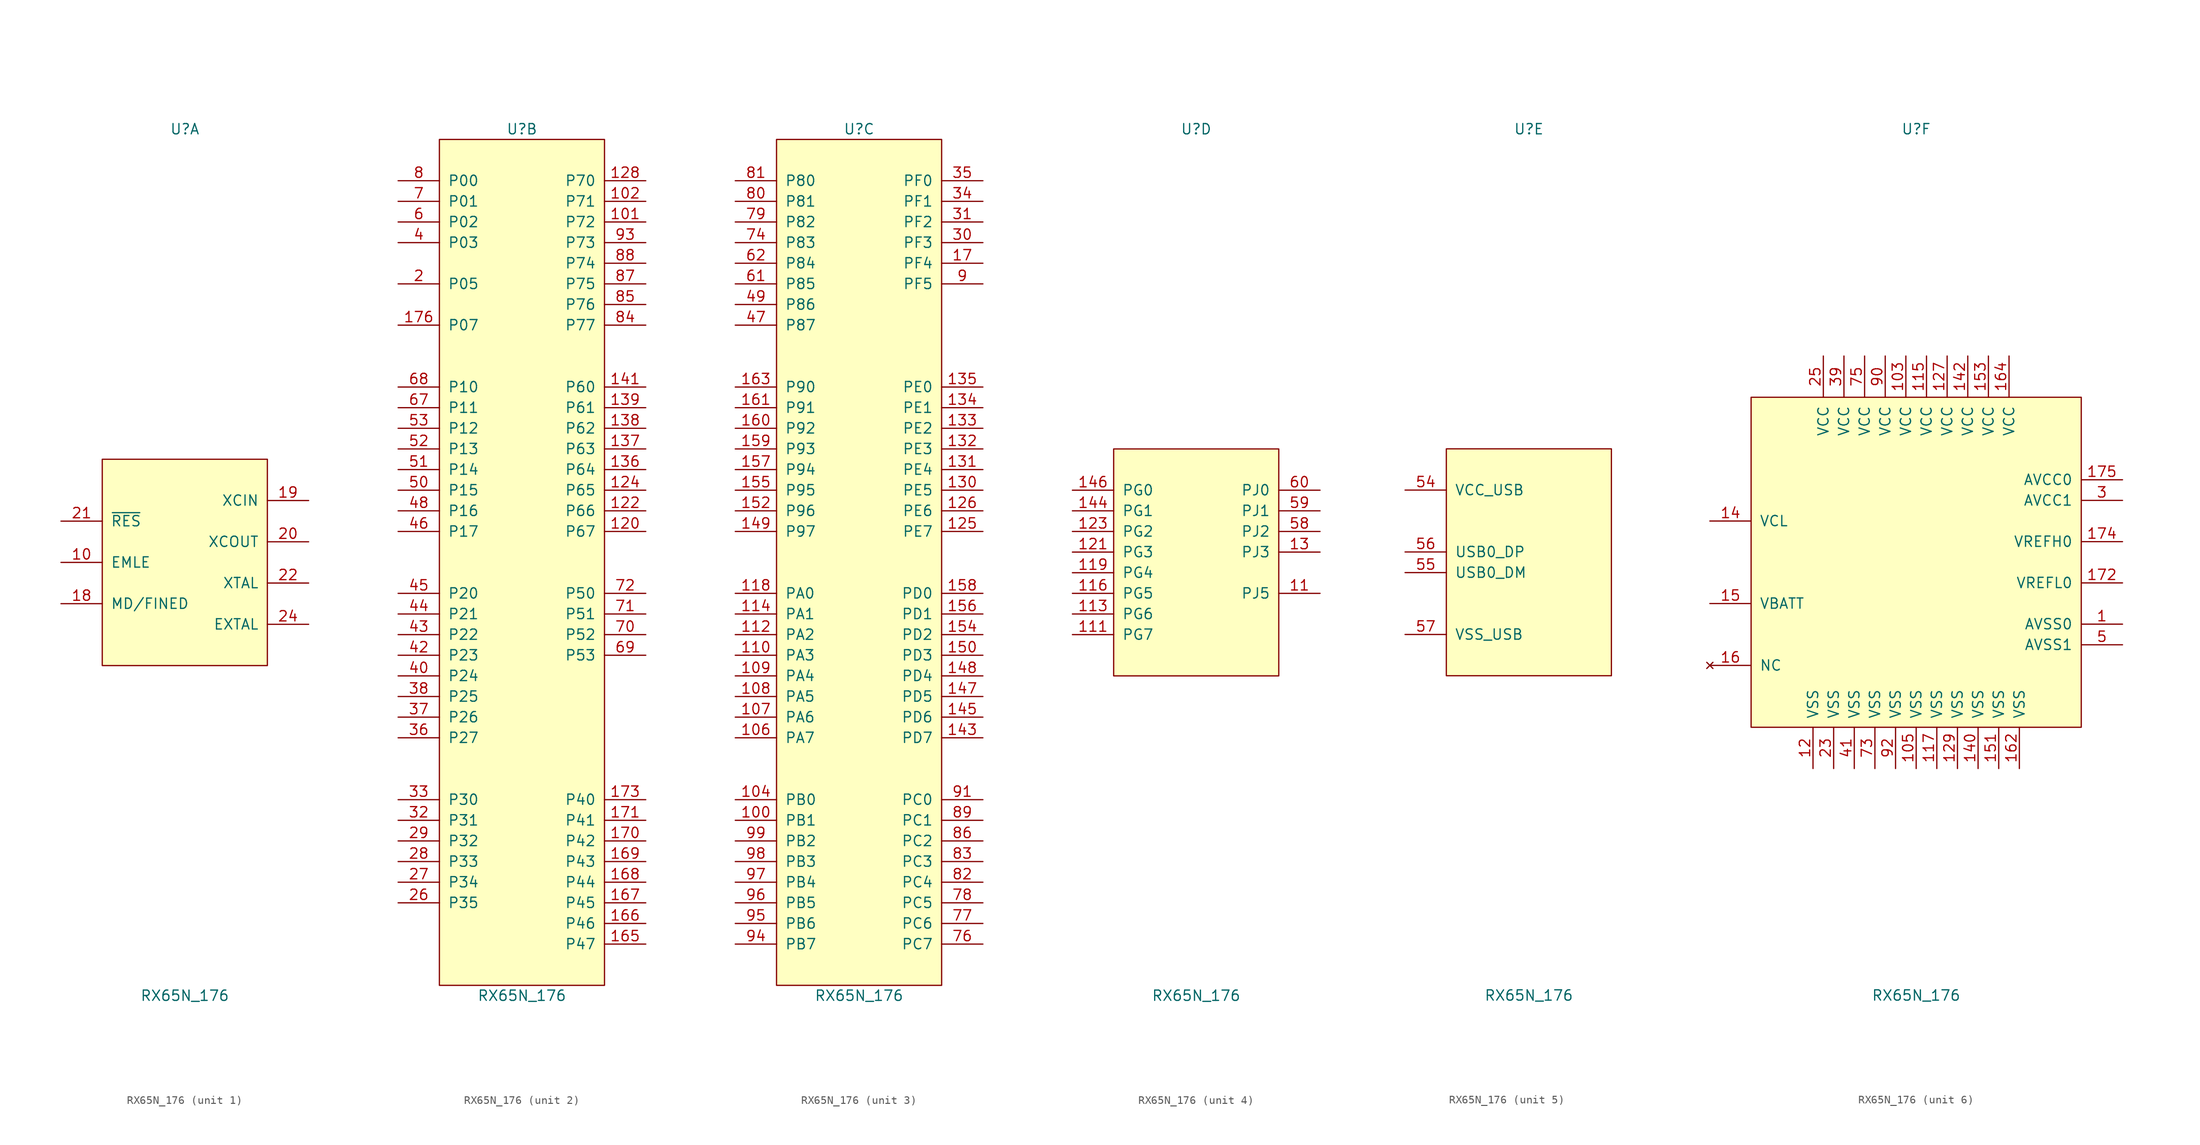
<source format=kicad_sym>
(kicad_symbol_lib
  (version 20211014)
  (generator kicad_symbol_editor)
  (symbol "RX65N_176"
    (pin_names
      (offset 1.016))
    (property "Reference" "U"
      (at 0 53.34 0)
      (effects (font (size 1.27 1.27))))
    (property "Value" "RX65N_176"
      (at 0 -53.34 0)
      (effects (font (size 1.27 1.27))))
    (property "ki_locked" ""
      (at 0 0 0)
      (effects (font (size 1.27 1.27))))
    (symbol "RX65N_176_1_1"
      (rectangle (start -10.16 12.7) (end 10.16 -12.7) (stroke (width 0) (type default) (color 0 0 0 0)) (fill (type background)))
      (pin bidirectional line (at -15.24 0 0) (length 5.08) (name "EMLE" (effects (font (size 1.27 1.27)))) (number "10" (effects (font (size 1.27 1.27)))))
      (pin bidirectional line (at -15.24 -5.08 0) (length 5.08) (name "MD/FINED" (effects (font (size 1.27 1.27)))) (number "18" (effects (font (size 1.27 1.27)))))
      (pin passive line (at 15.24 7.62 180) (length 5.08) (name "XCIN" (effects (font (size 1.27 1.27)))) (number "19" (effects (font (size 1.27 1.27)))))
      (pin passive line (at 15.24 2.54 180) (length 5.08) (name "XCOUT" (effects (font (size 1.27 1.27)))) (number "20" (effects (font (size 1.27 1.27)))))
      (pin input line (at -15.24 5.08 0) (length 5.08) (name "~{RES}" (effects (font (size 1.27 1.27)))) (number "21" (effects (font (size 1.27 1.27)))))
      (pin passive line (at 15.24 -2.54 180) (length 5.08) (name "XTAL" (effects (font (size 1.27 1.27)))) (number "22" (effects (font (size 1.27 1.27)))))
      (pin passive line (at 15.24 -7.62 180) (length 5.08) (name "EXTAL" (effects (font (size 1.27 1.27)))) (number "24" (effects (font (size 1.27 1.27))))))
    (symbol "RX65N_176_2_1"
      (rectangle (start -10.16 52.07) (end 10.16 -52.07) (stroke (width 0) (type default) (color 0 0 0 0)) (fill (type background)))
      (pin bidirectional line (at 15.24 41.91 180) (length 5.08) (name "P72" (effects (font (size 1.27 1.27)))) (number "101" (effects (font (size 1.27 1.27)))))
      (pin bidirectional line (at 15.24 44.45 180) (length 5.08) (name "P71" (effects (font (size 1.27 1.27)))) (number "102" (effects (font (size 1.27 1.27)))))
      (pin bidirectional line (at 15.24 3.81 180) (length 5.08) (name "P67" (effects (font (size 1.27 1.27)))) (number "120" (effects (font (size 1.27 1.27)))))
      (pin bidirectional line (at 15.24 6.35 180) (length 5.08) (name "P66" (effects (font (size 1.27 1.27)))) (number "122" (effects (font (size 1.27 1.27)))))
      (pin bidirectional line (at 15.24 8.89 180) (length 5.08) (name "P65" (effects (font (size 1.27 1.27)))) (number "124" (effects (font (size 1.27 1.27)))))
      (pin bidirectional line (at 15.24 46.99 180) (length 5.08) (name "P70" (effects (font (size 1.27 1.27)))) (number "128" (effects (font (size 1.27 1.27)))))
      (pin bidirectional line (at 15.24 11.43 180) (length 5.08) (name "P64" (effects (font (size 1.27 1.27)))) (number "136" (effects (font (size 1.27 1.27)))))
      (pin bidirectional line (at 15.24 13.97 180) (length 5.08) (name "P63" (effects (font (size 1.27 1.27)))) (number "137" (effects (font (size 1.27 1.27)))))
      (pin bidirectional line (at 15.24 16.51 180) (length 5.08) (name "P62" (effects (font (size 1.27 1.27)))) (number "138" (effects (font (size 1.27 1.27)))))
      (pin bidirectional line (at 15.24 19.05 180) (length 5.08) (name "P61" (effects (font (size 1.27 1.27)))) (number "139" (effects (font (size 1.27 1.27)))))
      (pin bidirectional line (at 15.24 21.59 180) (length 5.08) (name "P60" (effects (font (size 1.27 1.27)))) (number "141" (effects (font (size 1.27 1.27)))))
      (pin bidirectional line (at 15.24 -46.99 180) (length 5.08) (name "P47" (effects (font (size 1.27 1.27)))) (number "165" (effects (font (size 1.27 1.27)))))
      (pin bidirectional line (at 15.24 -44.45 180) (length 5.08) (name "P46" (effects (font (size 1.27 1.27)))) (number "166" (effects (font (size 1.27 1.27)))))
      (pin bidirectional line (at 15.24 -41.91 180) (length 5.08) (name "P45" (effects (font (size 1.27 1.27)))) (number "167" (effects (font (size 1.27 1.27)))))
      (pin bidirectional line (at 15.24 -39.37 180) (length 5.08) (name "P44" (effects (font (size 1.27 1.27)))) (number "168" (effects (font (size 1.27 1.27)))))
      (pin bidirectional line (at 15.24 -36.83 180) (length 5.08) (name "P43" (effects (font (size 1.27 1.27)))) (number "169" (effects (font (size 1.27 1.27)))))
      (pin bidirectional line (at 15.24 -34.29 180) (length 5.08) (name "P42" (effects (font (size 1.27 1.27)))) (number "170" (effects (font (size 1.27 1.27)))))
      (pin bidirectional line (at 15.24 -31.75 180) (length 5.08) (name "P41" (effects (font (size 1.27 1.27)))) (number "171" (effects (font (size 1.27 1.27)))))
      (pin bidirectional line (at 15.24 -29.21 180) (length 5.08) (name "P40" (effects (font (size 1.27 1.27)))) (number "173" (effects (font (size 1.27 1.27)))))
      (pin bidirectional line (at -15.24 29.21 0) (length 5.08) (name "P07" (effects (font (size 1.27 1.27)))) (number "176" (effects (font (size 1.27 1.27)))))
      (pin bidirectional line (at -15.24 34.29 0) (length 5.08) (name "P05" (effects (font (size 1.27 1.27)))) (number "2" (effects (font (size 1.27 1.27)))))
      (pin bidirectional line (at -15.24 -41.91 0) (length 5.08) (name "P35" (effects (font (size 1.27 1.27)))) (number "26" (effects (font (size 1.27 1.27)))))
      (pin bidirectional line (at -15.24 -39.37 0) (length 5.08) (name "P34" (effects (font (size 1.27 1.27)))) (number "27" (effects (font (size 1.27 1.27)))))
      (pin bidirectional line (at -15.24 -36.83 0) (length 5.08) (name "P33" (effects (font (size 1.27 1.27)))) (number "28" (effects (font (size 1.27 1.27)))))
      (pin bidirectional line (at -15.24 -34.29 0) (length 5.08) (name "P32" (effects (font (size 1.27 1.27)))) (number "29" (effects (font (size 1.27 1.27)))))
      (pin bidirectional line (at -15.24 -31.75 0) (length 5.08) (name "P31" (effects (font (size 1.27 1.27)))) (number "32" (effects (font (size 1.27 1.27)))))
      (pin bidirectional line (at -15.24 -29.21 0) (length 5.08) (name "P30" (effects (font (size 1.27 1.27)))) (number "33" (effects (font (size 1.27 1.27)))))
      (pin bidirectional line (at -15.24 -21.59 0) (length 5.08) (name "P27" (effects (font (size 1.27 1.27)))) (number "36" (effects (font (size 1.27 1.27)))))
      (pin bidirectional line (at -15.24 -19.05 0) (length 5.08) (name "P26" (effects (font (size 1.27 1.27)))) (number "37" (effects (font (size 1.27 1.27)))))
      (pin bidirectional line (at -15.24 -16.51 0) (length 5.08) (name "P25" (effects (font (size 1.27 1.27)))) (number "38" (effects (font (size 1.27 1.27)))))
      (pin bidirectional line (at -15.24 39.37 0) (length 5.08) (name "P03" (effects (font (size 1.27 1.27)))) (number "4" (effects (font (size 1.27 1.27)))))
      (pin bidirectional line (at -15.24 -13.97 0) (length 5.08) (name "P24" (effects (font (size 1.27 1.27)))) (number "40" (effects (font (size 1.27 1.27)))))
      (pin bidirectional line (at -15.24 -11.43 0) (length 5.08) (name "P23" (effects (font (size 1.27 1.27)))) (number "42" (effects (font (size 1.27 1.27)))))
      (pin bidirectional line (at -15.24 -8.89 0) (length 5.08) (name "P22" (effects (font (size 1.27 1.27)))) (number "43" (effects (font (size 1.27 1.27)))))
      (pin bidirectional line (at -15.24 -6.35 0) (length 5.08) (name "P21" (effects (font (size 1.27 1.27)))) (number "44" (effects (font (size 1.27 1.27)))))
      (pin bidirectional line (at -15.24 -3.81 0) (length 5.08) (name "P20" (effects (font (size 1.27 1.27)))) (number "45" (effects (font (size 1.27 1.27)))))
      (pin bidirectional line (at -15.24 3.81 0) (length 5.08) (name "P17" (effects (font (size 1.27 1.27)))) (number "46" (effects (font (size 1.27 1.27)))))
      (pin bidirectional line (at -15.24 6.35 0) (length 5.08) (name "P16" (effects (font (size 1.27 1.27)))) (number "48" (effects (font (size 1.27 1.27)))))
      (pin bidirectional line (at -15.24 8.89 0) (length 5.08) (name "P15" (effects (font (size 1.27 1.27)))) (number "50" (effects (font (size 1.27 1.27)))))
      (pin bidirectional line (at -15.24 11.43 0) (length 5.08) (name "P14" (effects (font (size 1.27 1.27)))) (number "51" (effects (font (size 1.27 1.27)))))
      (pin bidirectional line (at -15.24 13.97 0) (length 5.08) (name "P13" (effects (font (size 1.27 1.27)))) (number "52" (effects (font (size 1.27 1.27)))))
      (pin bidirectional line (at -15.24 16.51 0) (length 5.08) (name "P12" (effects (font (size 1.27 1.27)))) (number "53" (effects (font (size 1.27 1.27)))))
      (pin bidirectional line (at -15.24 41.91 0) (length 5.08) (name "P02" (effects (font (size 1.27 1.27)))) (number "6" (effects (font (size 1.27 1.27)))))
      (pin bidirectional line (at -15.24 19.05 0) (length 5.08) (name "P11" (effects (font (size 1.27 1.27)))) (number "67" (effects (font (size 1.27 1.27)))))
      (pin bidirectional line (at -15.24 21.59 0) (length 5.08) (name "P10" (effects (font (size 1.27 1.27)))) (number "68" (effects (font (size 1.27 1.27)))))
      (pin bidirectional line (at 15.24 -11.43 180) (length 5.08) (name "P53" (effects (font (size 1.27 1.27)))) (number "69" (effects (font (size 1.27 1.27)))))
      (pin bidirectional line (at -15.24 44.45 0) (length 5.08) (name "P01" (effects (font (size 1.27 1.27)))) (number "7" (effects (font (size 1.27 1.27)))))
      (pin bidirectional line (at 15.24 -8.89 180) (length 5.08) (name "P52" (effects (font (size 1.27 1.27)))) (number "70" (effects (font (size 1.27 1.27)))))
      (pin bidirectional line (at 15.24 -6.35 180) (length 5.08) (name "P51" (effects (font (size 1.27 1.27)))) (number "71" (effects (font (size 1.27 1.27)))))
      (pin bidirectional line (at 15.24 -3.81 180) (length 5.08) (name "P50" (effects (font (size 1.27 1.27)))) (number "72" (effects (font (size 1.27 1.27)))))
      (pin bidirectional line (at -15.24 46.99 0) (length 5.08) (name "P00" (effects (font (size 1.27 1.27)))) (number "8" (effects (font (size 1.27 1.27)))))
      (pin bidirectional line (at 15.24 29.21 180) (length 5.08) (name "P77" (effects (font (size 1.27 1.27)))) (number "84" (effects (font (size 1.27 1.27)))))
      (pin bidirectional line (at 15.24 31.75 180) (length 5.08) (name "P76" (effects (font (size 1.27 1.27)))) (number "85" (effects (font (size 1.27 1.27)))))
      (pin bidirectional line (at 15.24 34.29 180) (length 5.08) (name "P75" (effects (font (size 1.27 1.27)))) (number "87" (effects (font (size 1.27 1.27)))))
      (pin bidirectional line (at 15.24 36.83 180) (length 5.08) (name "P74" (effects (font (size 1.27 1.27)))) (number "88" (effects (font (size 1.27 1.27)))))
      (pin bidirectional line (at 15.24 39.37 180) (length 5.08) (name "P73" (effects (font (size 1.27 1.27)))) (number "93" (effects (font (size 1.27 1.27))))))
    (symbol "RX65N_176_3_1"
      (rectangle (start -10.16 52.07) (end 10.16 -52.07) (stroke (width 0) (type default) (color 0 0 0 0)) (fill (type background)))
      (pin bidirectional line (at -15.24 -31.75 0) (length 5.08) (name "PB1" (effects (font (size 1.27 1.27)))) (number "100" (effects (font (size 1.27 1.27)))))
      (pin bidirectional line (at -15.24 -29.21 0) (length 5.08) (name "PB0" (effects (font (size 1.27 1.27)))) (number "104" (effects (font (size 1.27 1.27)))))
      (pin bidirectional line (at -15.24 -21.59 0) (length 5.08) (name "PA7" (effects (font (size 1.27 1.27)))) (number "106" (effects (font (size 1.27 1.27)))))
      (pin bidirectional line (at -15.24 -19.05 0) (length 5.08) (name "PA6" (effects (font (size 1.27 1.27)))) (number "107" (effects (font (size 1.27 1.27)))))
      (pin bidirectional line (at -15.24 -16.51 0) (length 5.08) (name "PA5" (effects (font (size 1.27 1.27)))) (number "108" (effects (font (size 1.27 1.27)))))
      (pin bidirectional line (at -15.24 -13.97 0) (length 5.08) (name "PA4" (effects (font (size 1.27 1.27)))) (number "109" (effects (font (size 1.27 1.27)))))
      (pin bidirectional line (at -15.24 -11.43 0) (length 5.08) (name "PA3" (effects (font (size 1.27 1.27)))) (number "110" (effects (font (size 1.27 1.27)))))
      (pin bidirectional line (at -15.24 -8.89 0) (length 5.08) (name "PA2" (effects (font (size 1.27 1.27)))) (number "112" (effects (font (size 1.27 1.27)))))
      (pin bidirectional line (at -15.24 -6.35 0) (length 5.08) (name "PA1" (effects (font (size 1.27 1.27)))) (number "114" (effects (font (size 1.27 1.27)))))
      (pin bidirectional line (at -15.24 -3.81 0) (length 5.08) (name "PA0" (effects (font (size 1.27 1.27)))) (number "118" (effects (font (size 1.27 1.27)))))
      (pin bidirectional line (at 15.24 3.81 180) (length 5.08) (name "PE7" (effects (font (size 1.27 1.27)))) (number "125" (effects (font (size 1.27 1.27)))))
      (pin bidirectional line (at 15.24 6.35 180) (length 5.08) (name "PE6" (effects (font (size 1.27 1.27)))) (number "126" (effects (font (size 1.27 1.27)))))
      (pin bidirectional line (at 15.24 8.89 180) (length 5.08) (name "PE5" (effects (font (size 1.27 1.27)))) (number "130" (effects (font (size 1.27 1.27)))))
      (pin bidirectional line (at 15.24 11.43 180) (length 5.08) (name "PE4" (effects (font (size 1.27 1.27)))) (number "131" (effects (font (size 1.27 1.27)))))
      (pin bidirectional line (at 15.24 13.97 180) (length 5.08) (name "PE3" (effects (font (size 1.27 1.27)))) (number "132" (effects (font (size 1.27 1.27)))))
      (pin bidirectional line (at 15.24 16.51 180) (length 5.08) (name "PE2" (effects (font (size 1.27 1.27)))) (number "133" (effects (font (size 1.27 1.27)))))
      (pin bidirectional line (at 15.24 19.05 180) (length 5.08) (name "PE1" (effects (font (size 1.27 1.27)))) (number "134" (effects (font (size 1.27 1.27)))))
      (pin bidirectional line (at 15.24 21.59 180) (length 5.08) (name "PE0" (effects (font (size 1.27 1.27)))) (number "135" (effects (font (size 1.27 1.27)))))
      (pin bidirectional line (at 15.24 -21.59 180) (length 5.08) (name "PD7" (effects (font (size 1.27 1.27)))) (number "143" (effects (font (size 1.27 1.27)))))
      (pin bidirectional line (at 15.24 -19.05 180) (length 5.08) (name "PD6" (effects (font (size 1.27 1.27)))) (number "145" (effects (font (size 1.27 1.27)))))
      (pin bidirectional line (at 15.24 -16.51 180) (length 5.08) (name "PD5" (effects (font (size 1.27 1.27)))) (number "147" (effects (font (size 1.27 1.27)))))
      (pin bidirectional line (at 15.24 -13.97 180) (length 5.08) (name "PD4" (effects (font (size 1.27 1.27)))) (number "148" (effects (font (size 1.27 1.27)))))
      (pin bidirectional line (at -15.24 3.81 0) (length 5.08) (name "P97" (effects (font (size 1.27 1.27)))) (number "149" (effects (font (size 1.27 1.27)))))
      (pin bidirectional line (at 15.24 -11.43 180) (length 5.08) (name "PD3" (effects (font (size 1.27 1.27)))) (number "150" (effects (font (size 1.27 1.27)))))
      (pin bidirectional line (at -15.24 6.35 0) (length 5.08) (name "P96" (effects (font (size 1.27 1.27)))) (number "152" (effects (font (size 1.27 1.27)))))
      (pin bidirectional line (at 15.24 -8.89 180) (length 5.08) (name "PD2" (effects (font (size 1.27 1.27)))) (number "154" (effects (font (size 1.27 1.27)))))
      (pin bidirectional line (at -15.24 8.89 0) (length 5.08) (name "P95" (effects (font (size 1.27 1.27)))) (number "155" (effects (font (size 1.27 1.27)))))
      (pin bidirectional line (at 15.24 -6.35 180) (length 5.08) (name "PD1" (effects (font (size 1.27 1.27)))) (number "156" (effects (font (size 1.27 1.27)))))
      (pin bidirectional line (at -15.24 11.43 0) (length 5.08) (name "P94" (effects (font (size 1.27 1.27)))) (number "157" (effects (font (size 1.27 1.27)))))
      (pin bidirectional line (at 15.24 -3.81 180) (length 5.08) (name "PD0" (effects (font (size 1.27 1.27)))) (number "158" (effects (font (size 1.27 1.27)))))
      (pin bidirectional line (at -15.24 13.97 0) (length 5.08) (name "P93" (effects (font (size 1.27 1.27)))) (number "159" (effects (font (size 1.27 1.27)))))
      (pin bidirectional line (at -15.24 16.51 0) (length 5.08) (name "P92" (effects (font (size 1.27 1.27)))) (number "160" (effects (font (size 1.27 1.27)))))
      (pin bidirectional line (at -15.24 19.05 0) (length 5.08) (name "P91" (effects (font (size 1.27 1.27)))) (number "161" (effects (font (size 1.27 1.27)))))
      (pin bidirectional line (at -15.24 21.59 0) (length 5.08) (name "P90" (effects (font (size 1.27 1.27)))) (number "163" (effects (font (size 1.27 1.27)))))
      (pin bidirectional line (at 15.24 36.83 180) (length 5.08) (name "PF4" (effects (font (size 1.27 1.27)))) (number "17" (effects (font (size 1.27 1.27)))))
      (pin bidirectional line (at 15.24 39.37 180) (length 5.08) (name "PF3" (effects (font (size 1.27 1.27)))) (number "30" (effects (font (size 1.27 1.27)))))
      (pin bidirectional line (at 15.24 41.91 180) (length 5.08) (name "PF2" (effects (font (size 1.27 1.27)))) (number "31" (effects (font (size 1.27 1.27)))))
      (pin bidirectional line (at 15.24 44.45 180) (length 5.08) (name "PF1" (effects (font (size 1.27 1.27)))) (number "34" (effects (font (size 1.27 1.27)))))
      (pin bidirectional line (at 15.24 46.99 180) (length 5.08) (name "PF0" (effects (font (size 1.27 1.27)))) (number "35" (effects (font (size 1.27 1.27)))))
      (pin bidirectional line (at -15.24 29.21 0) (length 5.08) (name "P87" (effects (font (size 1.27 1.27)))) (number "47" (effects (font (size 1.27 1.27)))))
      (pin bidirectional line (at -15.24 31.75 0) (length 5.08) (name "P86" (effects (font (size 1.27 1.27)))) (number "49" (effects (font (size 1.27 1.27)))))
      (pin bidirectional line (at -15.24 34.29 0) (length 5.08) (name "P85" (effects (font (size 1.27 1.27)))) (number "61" (effects (font (size 1.27 1.27)))))
      (pin bidirectional line (at -15.24 36.83 0) (length 5.08) (name "P84" (effects (font (size 1.27 1.27)))) (number "62" (effects (font (size 1.27 1.27)))))
      (pin bidirectional line (at -15.24 39.37 0) (length 5.08) (name "P83" (effects (font (size 1.27 1.27)))) (number "74" (effects (font (size 1.27 1.27)))))
      (pin bidirectional line (at 15.24 -46.99 180) (length 5.08) (name "PC7" (effects (font (size 1.27 1.27)))) (number "76" (effects (font (size 1.27 1.27)))))
      (pin bidirectional line (at 15.24 -44.45 180) (length 5.08) (name "PC6" (effects (font (size 1.27 1.27)))) (number "77" (effects (font (size 1.27 1.27)))))
      (pin bidirectional line (at 15.24 -41.91 180) (length 5.08) (name "PC5" (effects (font (size 1.27 1.27)))) (number "78" (effects (font (size 1.27 1.27)))))
      (pin bidirectional line (at -15.24 41.91 0) (length 5.08) (name "P82" (effects (font (size 1.27 1.27)))) (number "79" (effects (font (size 1.27 1.27)))))
      (pin bidirectional line (at -15.24 44.45 0) (length 5.08) (name "P81" (effects (font (size 1.27 1.27)))) (number "80" (effects (font (size 1.27 1.27)))))
      (pin bidirectional line (at -15.24 46.99 0) (length 5.08) (name "P80" (effects (font (size 1.27 1.27)))) (number "81" (effects (font (size 1.27 1.27)))))
      (pin bidirectional line (at 15.24 -39.37 180) (length 5.08) (name "PC4" (effects (font (size 1.27 1.27)))) (number "82" (effects (font (size 1.27 1.27)))))
      (pin bidirectional line (at 15.24 -36.83 180) (length 5.08) (name "PC3" (effects (font (size 1.27 1.27)))) (number "83" (effects (font (size 1.27 1.27)))))
      (pin bidirectional line (at 15.24 -34.29 180) (length 5.08) (name "PC2" (effects (font (size 1.27 1.27)))) (number "86" (effects (font (size 1.27 1.27)))))
      (pin bidirectional line (at 15.24 -31.75 180) (length 5.08) (name "PC1" (effects (font (size 1.27 1.27)))) (number "89" (effects (font (size 1.27 1.27)))))
      (pin bidirectional line (at 15.24 34.29 180) (length 5.08) (name "PF5" (effects (font (size 1.27 1.27)))) (number "9" (effects (font (size 1.27 1.27)))))
      (pin bidirectional line (at 15.24 -29.21 180) (length 5.08) (name "PC0" (effects (font (size 1.27 1.27)))) (number "91" (effects (font (size 1.27 1.27)))))
      (pin bidirectional line (at -15.24 -46.99 0) (length 5.08) (name "PB7" (effects (font (size 1.27 1.27)))) (number "94" (effects (font (size 1.27 1.27)))))
      (pin bidirectional line (at -15.24 -44.45 0) (length 5.08) (name "PB6" (effects (font (size 1.27 1.27)))) (number "95" (effects (font (size 1.27 1.27)))))
      (pin bidirectional line (at -15.24 -41.91 0) (length 5.08) (name "PB5" (effects (font (size 1.27 1.27)))) (number "96" (effects (font (size 1.27 1.27)))))
      (pin bidirectional line (at -15.24 -39.37 0) (length 5.08) (name "PB4" (effects (font (size 1.27 1.27)))) (number "97" (effects (font (size 1.27 1.27)))))
      (pin bidirectional line (at -15.24 -36.83 0) (length 5.08) (name "PB3" (effects (font (size 1.27 1.27)))) (number "98" (effects (font (size 1.27 1.27)))))
      (pin bidirectional line (at -15.24 -34.29 0) (length 5.08) (name "PB2" (effects (font (size 1.27 1.27)))) (number "99" (effects (font (size 1.27 1.27))))))
    (symbol "RX65N_176_4_1"
      (rectangle (start -10.16 13.97) (end 10.16 -13.97) (stroke (width 0) (type default) (color 0 0 0 0)) (fill (type background)))
      (pin bidirectional line (at 15.24 -3.81 180) (length 5.08) (name "PJ5" (effects (font (size 1.27 1.27)))) (number "11" (effects (font (size 1.27 1.27)))))
      (pin bidirectional line (at -15.24 -8.89 0) (length 5.08) (name "PG7" (effects (font (size 1.27 1.27)))) (number "111" (effects (font (size 1.27 1.27)))))
      (pin bidirectional line (at -15.24 -6.35 0) (length 5.08) (name "PG6" (effects (font (size 1.27 1.27)))) (number "113" (effects (font (size 1.27 1.27)))))
      (pin bidirectional line (at -15.24 -3.81 0) (length 5.08) (name "PG5" (effects (font (size 1.27 1.27)))) (number "116" (effects (font (size 1.27 1.27)))))
      (pin bidirectional line (at -15.24 -1.27 0) (length 5.08) (name "PG4" (effects (font (size 1.27 1.27)))) (number "119" (effects (font (size 1.27 1.27)))))
      (pin bidirectional line (at -15.24 1.27 0) (length 5.08) (name "PG3" (effects (font (size 1.27 1.27)))) (number "121" (effects (font (size 1.27 1.27)))))
      (pin bidirectional line (at -15.24 3.81 0) (length 5.08) (name "PG2" (effects (font (size 1.27 1.27)))) (number "123" (effects (font (size 1.27 1.27)))))
      (pin bidirectional line (at 15.24 1.27 180) (length 5.08) (name "PJ3" (effects (font (size 1.27 1.27)))) (number "13" (effects (font (size 1.27 1.27)))))
      (pin bidirectional line (at -15.24 6.35 0) (length 5.08) (name "PG1" (effects (font (size 1.27 1.27)))) (number "144" (effects (font (size 1.27 1.27)))))
      (pin bidirectional line (at -15.24 8.89 0) (length 5.08) (name "PG0" (effects (font (size 1.27 1.27)))) (number "146" (effects (font (size 1.27 1.27)))))
      (pin bidirectional line (at 15.24 3.81 180) (length 5.08) (name "PJ2" (effects (font (size 1.27 1.27)))) (number "58" (effects (font (size 1.27 1.27)))))
      (pin bidirectional line (at 15.24 6.35 180) (length 5.08) (name "PJ1" (effects (font (size 1.27 1.27)))) (number "59" (effects (font (size 1.27 1.27)))))
      (pin bidirectional line (at 15.24 8.89 180) (length 5.08) (name "PJ0" (effects (font (size 1.27 1.27)))) (number "60" (effects (font (size 1.27 1.27))))))
    (symbol "RX65N_176_5_1"
      (rectangle (start -10.16 13.97) (end 10.16 -13.97) (stroke (width 0) (type default) (color 0 0 0 0)) (fill (type background)))
      (pin input line (at -15.24 8.89 0) (length 5.08) (name "VCC_USB" (effects (font (size 1.27 1.27)))) (number "54" (effects (font (size 1.27 1.27)))))
      (pin input line (at -15.24 -1.27 0) (length 5.08) (name "USB0_DM" (effects (font (size 1.27 1.27)))) (number "55" (effects (font (size 1.27 1.27)))))
      (pin input line (at -15.24 1.27 0) (length 5.08) (name "USB0_DP" (effects (font (size 1.27 1.27)))) (number "56" (effects (font (size 1.27 1.27)))))
      (pin input line (at -15.24 -8.89 0) (length 5.08) (name "VSS_USB" (effects (font (size 1.27 1.27)))) (number "57" (effects (font (size 1.27 1.27))))))
    (symbol "RX65N_176_6_1"
      (rectangle (start -20.32 20.32) (end 20.32 -20.32) (stroke (width 0) (type default) (color 0 0 0 0)) (fill (type background)))
      (pin input line (at 25.4 -7.62 180) (length 5.08) (name "AVSS0" (effects (font (size 1.27 1.27)))) (number "1" (effects (font (size 1.27 1.27)))))
      (pin power_in line (at -1.27 25.4 270) (length 5.08) (name "VCC" (effects (font (size 1.27 1.27)))) (number "103" (effects (font (size 1.27 1.27)))))
      (pin power_in line (at 0 -25.4 90) (length 5.08) (name "VSS" (effects (font (size 1.27 1.27)))) (number "105" (effects (font (size 1.27 1.27)))))
      (pin power_in line (at 1.27 25.4 270) (length 5.08) (name "VCC" (effects (font (size 1.27 1.27)))) (number "115" (effects (font (size 1.27 1.27)))))
      (pin power_in line (at 2.54 -25.4 90) (length 5.08) (name "VSS" (effects (font (size 1.27 1.27)))) (number "117" (effects (font (size 1.27 1.27)))))
      (pin power_in line (at -12.7 -25.4 90) (length 5.08) (name "VSS" (effects (font (size 1.27 1.27)))) (number "12" (effects (font (size 1.27 1.27)))))
      (pin power_in line (at 3.81 25.4 270) (length 5.08) (name "VCC" (effects (font (size 1.27 1.27)))) (number "127" (effects (font (size 1.27 1.27)))))
      (pin power_in line (at 5.08 -25.4 90) (length 5.08) (name "VSS" (effects (font (size 1.27 1.27)))) (number "129" (effects (font (size 1.27 1.27)))))
      (pin input line (at -25.4 5.08 0) (length 5.08) (name "VCL" (effects (font (size 1.27 1.27)))) (number "14" (effects (font (size 1.27 1.27)))))
      (pin power_in line (at 7.62 -25.4 90) (length 5.08) (name "VSS" (effects (font (size 1.27 1.27)))) (number "140" (effects (font (size 1.27 1.27)))))
      (pin power_in line (at 6.35 25.4 270) (length 5.08) (name "VCC" (effects (font (size 1.27 1.27)))) (number "142" (effects (font (size 1.27 1.27)))))
      (pin input line (at -25.4 -5.08 0) (length 5.08) (name "VBATT" (effects (font (size 1.27 1.27)))) (number "15" (effects (font (size 1.27 1.27)))))
      (pin power_in line (at 10.16 -25.4 90) (length 5.08) (name "VSS" (effects (font (size 1.27 1.27)))) (number "151" (effects (font (size 1.27 1.27)))))
      (pin power_in line (at 8.89 25.4 270) (length 5.08) (name "VCC" (effects (font (size 1.27 1.27)))) (number "153" (effects (font (size 1.27 1.27)))))
      (pin no_connect line (at -25.4 -12.7 0) (length 5.08) (name "NC" (effects (font (size 1.27 1.27)))) (number "16" (effects (font (size 1.27 1.27)))))
      (pin power_in line (at 12.7 -25.4 90) (length 5.08) (name "VSS" (effects (font (size 1.27 1.27)))) (number "162" (effects (font (size 1.27 1.27)))))
      (pin power_in line (at 11.43 25.4 270) (length 5.08) (name "VCC" (effects (font (size 1.27 1.27)))) (number "164" (effects (font (size 1.27 1.27)))))
      (pin input line (at 25.4 -2.54 180) (length 5.08) (name "VREFL0" (effects (font (size 1.27 1.27)))) (number "172" (effects (font (size 1.27 1.27)))))
      (pin input line (at 25.4 2.54 180) (length 5.08) (name "VREFH0" (effects (font (size 1.27 1.27)))) (number "174" (effects (font (size 1.27 1.27)))))
      (pin input line (at 25.4 10.16 180) (length 5.08) (name "AVCC0" (effects (font (size 1.27 1.27)))) (number "175" (effects (font (size 1.27 1.27)))))
      (pin power_in line (at -10.16 -25.4 90) (length 5.08) (name "VSS" (effects (font (size 1.27 1.27)))) (number "23" (effects (font (size 1.27 1.27)))))
      (pin power_in line (at -11.43 25.4 270) (length 5.08) (name "VCC" (effects (font (size 1.27 1.27)))) (number "25" (effects (font (size 1.27 1.27)))))
      (pin input line (at 25.4 7.62 180) (length 5.08) (name "AVCC1" (effects (font (size 1.27 1.27)))) (number "3" (effects (font (size 1.27 1.27)))))
      (pin power_in line (at -8.89 25.4 270) (length 5.08) (name "VCC" (effects (font (size 1.27 1.27)))) (number "39" (effects (font (size 1.27 1.27)))))
      (pin power_in line (at -7.62 -25.4 90) (length 5.08) (name "VSS" (effects (font (size 1.27 1.27)))) (number "41" (effects (font (size 1.27 1.27)))))
      (pin input line (at 25.4 -10.16 180) (length 5.08) (name "AVSS1" (effects (font (size 1.27 1.27)))) (number "5" (effects (font (size 1.27 1.27)))))
      (pin power_in line (at -5.08 -25.4 90) (length 5.08) (name "VSS" (effects (font (size 1.27 1.27)))) (number "73" (effects (font (size 1.27 1.27)))))
      (pin power_in line (at -6.35 25.4 270) (length 5.08) (name "VCC" (effects (font (size 1.27 1.27)))) (number "75" (effects (font (size 1.27 1.27)))))
      (pin power_in line (at -3.81 25.4 270) (length 5.08) (name "VCC" (effects (font (size 1.27 1.27)))) (number "90" (effects (font (size 1.27 1.27)))))
      (pin power_in line (at -2.54 -25.4 90) (length 5.08) (name "VSS" (effects (font (size 1.27 1.27)))) (number "92" (effects (font (size 1.27 1.27))))))))
</source>
